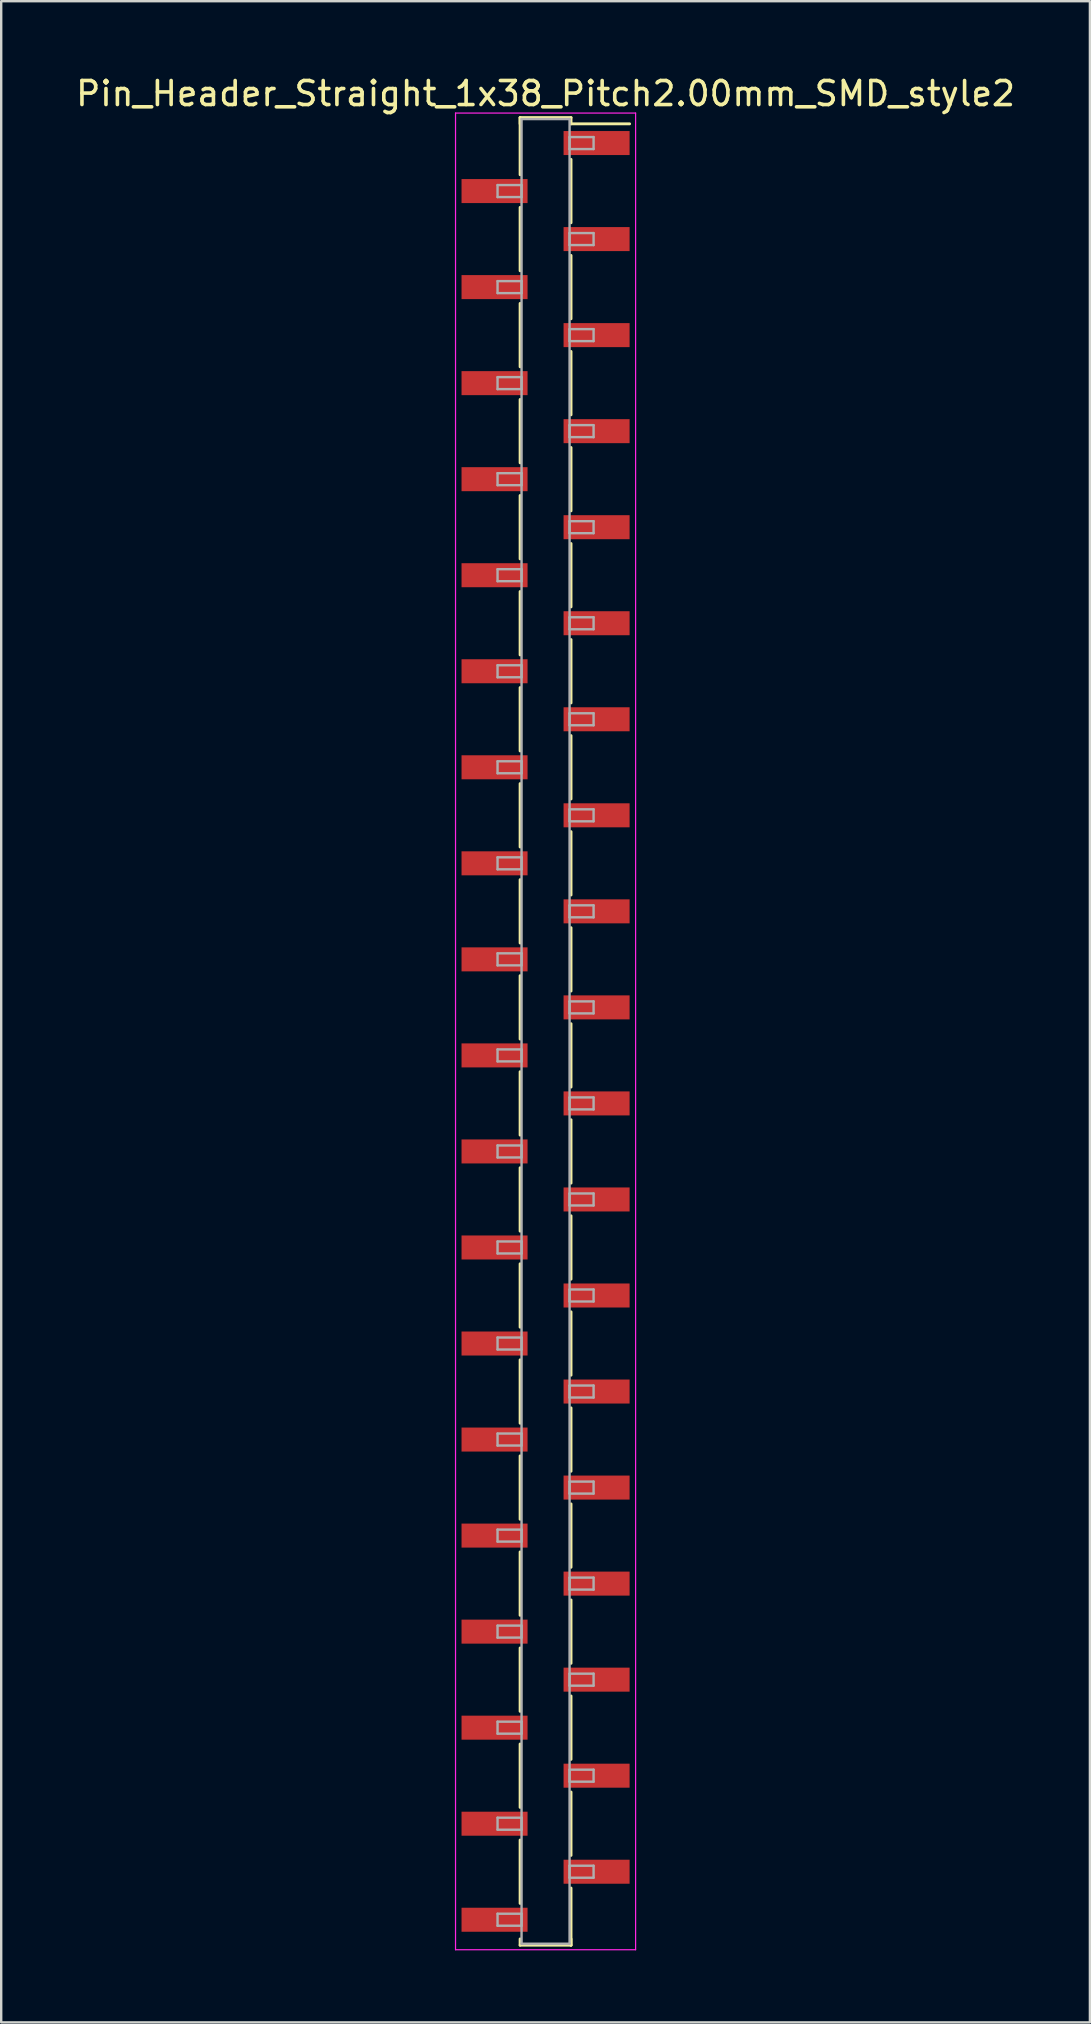
<source format=kicad_pcb>
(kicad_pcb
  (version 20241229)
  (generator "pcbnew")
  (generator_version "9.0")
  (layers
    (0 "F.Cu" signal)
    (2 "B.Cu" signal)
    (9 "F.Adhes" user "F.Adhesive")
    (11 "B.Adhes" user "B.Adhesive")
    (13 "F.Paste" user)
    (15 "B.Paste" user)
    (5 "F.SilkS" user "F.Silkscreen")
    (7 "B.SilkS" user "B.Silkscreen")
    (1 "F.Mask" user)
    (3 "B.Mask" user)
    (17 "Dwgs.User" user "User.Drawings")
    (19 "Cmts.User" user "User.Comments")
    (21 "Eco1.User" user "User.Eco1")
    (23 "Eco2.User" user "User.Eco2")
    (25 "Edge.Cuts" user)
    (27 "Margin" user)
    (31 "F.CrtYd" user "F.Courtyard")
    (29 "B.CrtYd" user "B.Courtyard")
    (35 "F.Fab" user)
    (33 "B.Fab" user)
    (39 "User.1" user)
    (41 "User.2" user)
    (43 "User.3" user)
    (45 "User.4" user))
  (footprint "Pin_Header_Straight_1x38_Pitch2.00mm_SMD_style2"
    (layer "F.Cu")
    (at 19.673 39.908)
    (property "Reference" "Pin_Header_Straight_1x38_Pitch2.00mm_SMD_style2" (at 0 -39.06 0) (layer "F.SilkS") (effects (font (size 1 1) (thickness 0.15))))
    (attr smd)
    (fp_line (start -1.06 -38.06) (end -1.06 -35.68) (stroke (width 0.12) (type solid)) (layer "F.SilkS"))
    (fp_line (start -1.06 -38.06) (end 1.06 -38.06) (stroke (width 0.12) (type solid)) (layer "F.SilkS"))
    (fp_line (start -1.06 -37.8) (end -1.06 -38.06) (stroke (width 0.12) (type solid)) (layer "F.SilkS"))
    (fp_line (start -1.06 -34.32) (end -1.06 -31.68) (stroke (width 0.12) (type solid)) (layer "F.SilkS"))
    (fp_line (start -1.06 -30.32) (end -1.06 -27.68) (stroke (width 0.12) (type solid)) (layer "F.SilkS"))
    (fp_line (start -1.06 -26.32) (end -1.06 -23.68) (stroke (width 0.12) (type solid)) (layer "F.SilkS"))
    (fp_line (start -1.06 -22.32) (end -1.06 -19.68) (stroke (width 0.12) (type solid)) (layer "F.SilkS"))
    (fp_line (start -1.06 -18.32) (end -1.06 -15.68) (stroke (width 0.12) (type solid)) (layer "F.SilkS"))
    (fp_line (start -1.06 -14.32) (end -1.06 -11.68) (stroke (width 0.12) (type solid)) (layer "F.SilkS"))
    (fp_line (start -1.06 -10.32) (end -1.06 -7.68) (stroke (width 0.12) (type solid)) (layer "F.SilkS"))
    (fp_line (start -1.06 -6.32) (end -1.06 -3.68) (stroke (width 0.12) (type solid)) (layer "F.SilkS"))
    (fp_line (start -1.06 -2.32) (end -1.06 0.32) (stroke (width 0.12) (type solid)) (layer "F.SilkS"))
    (fp_line (start -1.06 1.68) (end -1.06 4.32) (stroke (width 0.12) (type solid)) (layer "F.SilkS"))
    (fp_line (start -1.06 5.68) (end -1.06 8.32) (stroke (width 0.12) (type solid)) (layer "F.SilkS"))
    (fp_line (start -1.06 9.68) (end -1.06 12.32) (stroke (width 0.12) (type solid)) (layer "F.SilkS"))
    (fp_line (start -1.06 13.68) (end -1.06 16.32) (stroke (width 0.12) (type solid)) (layer "F.SilkS"))
    (fp_line (start -1.06 17.68) (end -1.06 20.32) (stroke (width 0.12) (type solid)) (layer "F.SilkS"))
    (fp_line (start -1.06 21.68) (end -1.06 24.32) (stroke (width 0.12) (type solid)) (layer "F.SilkS"))
    (fp_line (start -1.06 25.68) (end -1.06 28.32) (stroke (width 0.12) (type solid)) (layer "F.SilkS"))
    (fp_line (start -1.06 29.68) (end -1.06 32.32) (stroke (width 0.12) (type solid)) (layer "F.SilkS"))
    (fp_line (start -1.06 33.68) (end -1.06 36.32) (stroke (width 0.12) (type solid)) (layer "F.SilkS"))
    (fp_line (start -1.06 37.8) (end -1.06 38.06) (stroke (width 0.12) (type solid)) (layer "F.SilkS"))
    (fp_line (start -1.06 38.06) (end 1.06 38.06) (stroke (width 0.12) (type solid)) (layer "F.SilkS"))
    (fp_line (start 1.06 -38.06) (end 1.06 -37.8) (stroke (width 0.12) (type solid)) (layer "F.SilkS"))
    (fp_line (start 1.06 -37.8) (end 3.5 -37.8) (stroke (width 0.12) (type solid)) (layer "F.SilkS"))
    (fp_line (start 1.06 -36.32) (end 1.06 -33.68) (stroke (width 0.12) (type solid)) (layer "F.SilkS"))
    (fp_line (start 1.06 -32.32) (end 1.06 -29.68) (stroke (width 0.12) (type solid)) (layer "F.SilkS"))
    (fp_line (start 1.06 -28.32) (end 1.06 -25.68) (stroke (width 0.12) (type solid)) (layer "F.SilkS"))
    (fp_line (start 1.06 -24.32) (end 1.06 -21.68) (stroke (width 0.12) (type solid)) (layer "F.SilkS"))
    (fp_line (start 1.06 -20.32) (end 1.06 -17.68) (stroke (width 0.12) (type solid)) (layer "F.SilkS"))
    (fp_line (start 1.06 -16.32) (end 1.06 -13.68) (stroke (width 0.12) (type solid)) (layer "F.SilkS"))
    (fp_line (start 1.06 -12.32) (end 1.06 -9.68) (stroke (width 0.12) (type solid)) (layer "F.SilkS"))
    (fp_line (start 1.06 -8.32) (end 1.06 -5.68) (stroke (width 0.12) (type solid)) (layer "F.SilkS"))
    (fp_line (start 1.06 -4.32) (end 1.06 -1.68) (stroke (width 0.12) (type solid)) (layer "F.SilkS"))
    (fp_line (start 1.06 -0.32) (end 1.06 2.32) (stroke (width 0.12) (type solid)) (layer "F.SilkS"))
    (fp_line (start 1.06 3.68) (end 1.06 6.32) (stroke (width 0.12) (type solid)) (layer "F.SilkS"))
    (fp_line (start 1.06 7.68) (end 1.06 10.32) (stroke (width 0.12) (type solid)) (layer "F.SilkS"))
    (fp_line (start 1.06 11.68) (end 1.06 14.32) (stroke (width 0.12) (type solid)) (layer "F.SilkS"))
    (fp_line (start 1.06 15.68) (end 1.06 18.32) (stroke (width 0.12) (type solid)) (layer "F.SilkS"))
    (fp_line (start 1.06 19.68) (end 1.06 22.32) (stroke (width 0.12) (type solid)) (layer "F.SilkS"))
    (fp_line (start 1.06 23.68) (end 1.06 26.32) (stroke (width 0.12) (type solid)) (layer "F.SilkS"))
    (fp_line (start 1.06 27.68) (end 1.06 30.32) (stroke (width 0.12) (type solid)) (layer "F.SilkS"))
    (fp_line (start 1.06 31.68) (end 1.06 34.32) (stroke (width 0.12) (type solid)) (layer "F.SilkS"))
    (fp_line (start 1.06 35.68) (end 1.06 38.06) (stroke (width 0.12) (type solid)) (layer "F.SilkS"))
    (fp_line (start 1.06 38.06) (end 1.06 37.8) (stroke (width 0.12) (type solid)) (layer "F.SilkS"))
    (fp_line (start -3.75 -38.25) (end -3.75 38.25) (stroke (width 0.05) (type solid)) (layer "F.CrtYd"))
    (fp_line (start -3.75 38.25) (end 3.75 38.25) (stroke (width 0.05) (type solid)) (layer "F.CrtYd"))
    (fp_line (start 3.75 -38.25) (end -3.75 -38.25) (stroke (width 0.05) (type solid)) (layer "F.CrtYd"))
    (fp_line (start 3.75 38.25) (end 3.75 -38.25) (stroke (width 0.05) (type solid)) (layer "F.CrtYd"))
    (fp_line (start -2 -35.25) (end -1 -35.25) (stroke (width 0.1) (type solid)) (layer "F.Fab"))
    (fp_line (start -2 -34.75) (end -2 -35.25) (stroke (width 0.1) (type solid)) (layer "F.Fab"))
    (fp_line (start -2 -31.25) (end -1 -31.25) (stroke (width 0.1) (type solid)) (layer "F.Fab"))
    (fp_line (start -2 -30.75) (end -2 -31.25) (stroke (width 0.1) (type solid)) (layer "F.Fab"))
    (fp_line (start -2 -27.25) (end -1 -27.25) (stroke (width 0.1) (type solid)) (layer "F.Fab"))
    (fp_line (start -2 -26.75) (end -2 -27.25) (stroke (width 0.1) (type solid)) (layer "F.Fab"))
    (fp_line (start -2 -23.25) (end -1 -23.25) (stroke (width 0.1) (type solid)) (layer "F.Fab"))
    (fp_line (start -2 -22.75) (end -2 -23.25) (stroke (width 0.1) (type solid)) (layer "F.Fab"))
    (fp_line (start -2 -19.25) (end -1 -19.25) (stroke (width 0.1) (type solid)) (layer "F.Fab"))
    (fp_line (start -2 -18.75) (end -2 -19.25) (stroke (width 0.1) (type solid)) (layer "F.Fab"))
    (fp_line (start -2 -15.25) (end -1 -15.25) (stroke (width 0.1) (type solid)) (layer "F.Fab"))
    (fp_line (start -2 -14.75) (end -2 -15.25) (stroke (width 0.1) (type solid)) (layer "F.Fab"))
    (fp_line (start -2 -11.25) (end -1 -11.25) (stroke (width 0.1) (type solid)) (layer "F.Fab"))
    (fp_line (start -2 -10.75) (end -2 -11.25) (stroke (width 0.1) (type solid)) (layer "F.Fab"))
    (fp_line (start -2 -7.25) (end -1 -7.25) (stroke (width 0.1) (type solid)) (layer "F.Fab"))
    (fp_line (start -2 -6.75) (end -2 -7.25) (stroke (width 0.1) (type solid)) (layer "F.Fab"))
    (fp_line (start -2 -3.25) (end -1 -3.25) (stroke (width 0.1) (type solid)) (layer "F.Fab"))
    (fp_line (start -2 -2.75) (end -2 -3.25) (stroke (width 0.1) (type solid)) (layer "F.Fab"))
    (fp_line (start -2 0.75) (end -1 0.75) (stroke (width 0.1) (type solid)) (layer "F.Fab"))
    (fp_line (start -2 1.25) (end -2 0.75) (stroke (width 0.1) (type solid)) (layer "F.Fab"))
    (fp_line (start -2 4.75) (end -1 4.75) (stroke (width 0.1) (type solid)) (layer "F.Fab"))
    (fp_line (start -2 5.25) (end -2 4.75) (stroke (width 0.1) (type solid)) (layer "F.Fab"))
    (fp_line (start -2 8.75) (end -1 8.75) (stroke (width 0.1) (type solid)) (layer "F.Fab"))
    (fp_line (start -2 9.25) (end -2 8.75) (stroke (width 0.1) (type solid)) (layer "F.Fab"))
    (fp_line (start -2 12.75) (end -1 12.75) (stroke (width 0.1) (type solid)) (layer "F.Fab"))
    (fp_line (start -2 13.25) (end -2 12.75) (stroke (width 0.1) (type solid)) (layer "F.Fab"))
    (fp_line (start -2 16.75) (end -1 16.75) (stroke (width 0.1) (type solid)) (layer "F.Fab"))
    (fp_line (start -2 17.25) (end -2 16.75) (stroke (width 0.1) (type solid)) (layer "F.Fab"))
    (fp_line (start -2 20.75) (end -1 20.75) (stroke (width 0.1) (type solid)) (layer "F.Fab"))
    (fp_line (start -2 21.25) (end -2 20.75) (stroke (width 0.1) (type solid)) (layer "F.Fab"))
    (fp_line (start -2 24.75) (end -1 24.75) (stroke (width 0.1) (type solid)) (layer "F.Fab"))
    (fp_line (start -2 25.25) (end -2 24.75) (stroke (width 0.1) (type solid)) (layer "F.Fab"))
    (fp_line (start -2 28.75) (end -1 28.75) (stroke (width 0.1) (type solid)) (layer "F.Fab"))
    (fp_line (start -2 29.25) (end -2 28.75) (stroke (width 0.1) (type solid)) (layer "F.Fab"))
    (fp_line (start -2 32.75) (end -1 32.75) (stroke (width 0.1) (type solid)) (layer "F.Fab"))
    (fp_line (start -2 33.25) (end -2 32.75) (stroke (width 0.1) (type solid)) (layer "F.Fab"))
    (fp_line (start -2 36.75) (end -1 36.75) (stroke (width 0.1) (type solid)) (layer "F.Fab"))
    (fp_line (start -2 37.25) (end -2 36.75) (stroke (width 0.1) (type solid)) (layer "F.Fab"))
    (fp_line (start -1 -38) (end -1 38) (stroke (width 0.1) (type solid)) (layer "F.Fab"))
    (fp_line (start -1 -35.25) (end -1 -34.75) (stroke (width 0.1) (type solid)) (layer "F.Fab"))
    (fp_line (start -1 -34.75) (end -2 -34.75) (stroke (width 0.1) (type solid)) (layer "F.Fab"))
    (fp_line (start -1 -31.25) (end -1 -30.75) (stroke (width 0.1) (type solid)) (layer "F.Fab"))
    (fp_line (start -1 -30.75) (end -2 -30.75) (stroke (width 0.1) (type solid)) (layer "F.Fab"))
    (fp_line (start -1 -27.25) (end -1 -26.75) (stroke (width 0.1) (type solid)) (layer "F.Fab"))
    (fp_line (start -1 -26.75) (end -2 -26.75) (stroke (width 0.1) (type solid)) (layer "F.Fab"))
    (fp_line (start -1 -23.25) (end -1 -22.75) (stroke (width 0.1) (type solid)) (layer "F.Fab"))
    (fp_line (start -1 -22.75) (end -2 -22.75) (stroke (width 0.1) (type solid)) (layer "F.Fab"))
    (fp_line (start -1 -19.25) (end -1 -18.75) (stroke (width 0.1) (type solid)) (layer "F.Fab"))
    (fp_line (start -1 -18.75) (end -2 -18.75) (stroke (width 0.1) (type solid)) (layer "F.Fab"))
    (fp_line (start -1 -15.25) (end -1 -14.75) (stroke (width 0.1) (type solid)) (layer "F.Fab"))
    (fp_line (start -1 -14.75) (end -2 -14.75) (stroke (width 0.1) (type solid)) (layer "F.Fab"))
    (fp_line (start -1 -11.25) (end -1 -10.75) (stroke (width 0.1) (type solid)) (layer "F.Fab"))
    (fp_line (start -1 -10.75) (end -2 -10.75) (stroke (width 0.1) (type solid)) (layer "F.Fab"))
    (fp_line (start -1 -7.25) (end -1 -6.75) (stroke (width 0.1) (type solid)) (layer "F.Fab"))
    (fp_line (start -1 -6.75) (end -2 -6.75) (stroke (width 0.1) (type solid)) (layer "F.Fab"))
    (fp_line (start -1 -3.25) (end -1 -2.75) (stroke (width 0.1) (type solid)) (layer "F.Fab"))
    (fp_line (start -1 -2.75) (end -2 -2.75) (stroke (width 0.1) (type solid)) (layer "F.Fab"))
    (fp_line (start -1 0.75) (end -1 1.25) (stroke (width 0.1) (type solid)) (layer "F.Fab"))
    (fp_line (start -1 1.25) (end -2 1.25) (stroke (width 0.1) (type solid)) (layer "F.Fab"))
    (fp_line (start -1 4.75) (end -1 5.25) (stroke (width 0.1) (type solid)) (layer "F.Fab"))
    (fp_line (start -1 5.25) (end -2 5.25) (stroke (width 0.1) (type solid)) (layer "F.Fab"))
    (fp_line (start -1 8.75) (end -1 9.25) (stroke (width 0.1) (type solid)) (layer "F.Fab"))
    (fp_line (start -1 9.25) (end -2 9.25) (stroke (width 0.1) (type solid)) (layer "F.Fab"))
    (fp_line (start -1 12.75) (end -1 13.25) (stroke (width 0.1) (type solid)) (layer "F.Fab"))
    (fp_line (start -1 13.25) (end -2 13.25) (stroke (width 0.1) (type solid)) (layer "F.Fab"))
    (fp_line (start -1 16.75) (end -1 17.25) (stroke (width 0.1) (type solid)) (layer "F.Fab"))
    (fp_line (start -1 17.25) (end -2 17.25) (stroke (width 0.1) (type solid)) (layer "F.Fab"))
    (fp_line (start -1 20.75) (end -1 21.25) (stroke (width 0.1) (type solid)) (layer "F.Fab"))
    (fp_line (start -1 21.25) (end -2 21.25) (stroke (width 0.1) (type solid)) (layer "F.Fab"))
    (fp_line (start -1 24.75) (end -1 25.25) (stroke (width 0.1) (type solid)) (layer "F.Fab"))
    (fp_line (start -1 25.25) (end -2 25.25) (stroke (width 0.1) (type solid)) (layer "F.Fab"))
    (fp_line (start -1 28.75) (end -1 29.25) (stroke (width 0.1) (type solid)) (layer "F.Fab"))
    (fp_line (start -1 29.25) (end -2 29.25) (stroke (width 0.1) (type solid)) (layer "F.Fab"))
    (fp_line (start -1 32.75) (end -1 33.25) (stroke (width 0.1) (type solid)) (layer "F.Fab"))
    (fp_line (start -1 33.25) (end -2 33.25) (stroke (width 0.1) (type solid)) (layer "F.Fab"))
    (fp_line (start -1 36.75) (end -1 37.25) (stroke (width 0.1) (type solid)) (layer "F.Fab"))
    (fp_line (start -1 37.25) (end -2 37.25) (stroke (width 0.1) (type solid)) (layer "F.Fab"))
    (fp_line (start -1 38) (end 1 38) (stroke (width 0.1) (type solid)) (layer "F.Fab"))
    (fp_line (start 1 -38) (end -1 -38) (stroke (width 0.1) (type solid)) (layer "F.Fab"))
    (fp_line (start 1 -37.25) (end 1 -36.75) (stroke (width 0.1) (type solid)) (layer "F.Fab"))
    (fp_line (start 1 -36.75) (end 2 -36.75) (stroke (width 0.1) (type solid)) (layer "F.Fab"))
    (fp_line (start 1 -33.25) (end 1 -32.75) (stroke (width 0.1) (type solid)) (layer "F.Fab"))
    (fp_line (start 1 -32.75) (end 2 -32.75) (stroke (width 0.1) (type solid)) (layer "F.Fab"))
    (fp_line (start 1 -29.25) (end 1 -28.75) (stroke (width 0.1) (type solid)) (layer "F.Fab"))
    (fp_line (start 1 -28.75) (end 2 -28.75) (stroke (width 0.1) (type solid)) (layer "F.Fab"))
    (fp_line (start 1 -25.25) (end 1 -24.75) (stroke (width 0.1) (type solid)) (layer "F.Fab"))
    (fp_line (start 1 -24.75) (end 2 -24.75) (stroke (width 0.1) (type solid)) (layer "F.Fab"))
    (fp_line (start 1 -21.25) (end 1 -20.75) (stroke (width 0.1) (type solid)) (layer "F.Fab"))
    (fp_line (start 1 -20.75) (end 2 -20.75) (stroke (width 0.1) (type solid)) (layer "F.Fab"))
    (fp_line (start 1 -17.25) (end 1 -16.75) (stroke (width 0.1) (type solid)) (layer "F.Fab"))
    (fp_line (start 1 -16.75) (end 2 -16.75) (stroke (width 0.1) (type solid)) (layer "F.Fab"))
    (fp_line (start 1 -13.25) (end 1 -12.75) (stroke (width 0.1) (type solid)) (layer "F.Fab"))
    (fp_line (start 1 -12.75) (end 2 -12.75) (stroke (width 0.1) (type solid)) (layer "F.Fab"))
    (fp_line (start 1 -9.25) (end 1 -8.75) (stroke (width 0.1) (type solid)) (layer "F.Fab"))
    (fp_line (start 1 -8.75) (end 2 -8.75) (stroke (width 0.1) (type solid)) (layer "F.Fab"))
    (fp_line (start 1 -5.25) (end 1 -4.75) (stroke (width 0.1) (type solid)) (layer "F.Fab"))
    (fp_line (start 1 -4.75) (end 2 -4.75) (stroke (width 0.1) (type solid)) (layer "F.Fab"))
    (fp_line (start 1 -1.25) (end 1 -0.75) (stroke (width 0.1) (type solid)) (layer "F.Fab"))
    (fp_line (start 1 -0.75) (end 2 -0.75) (stroke (width 0.1) (type solid)) (layer "F.Fab"))
    (fp_line (start 1 2.75) (end 1 3.25) (stroke (width 0.1) (type solid)) (layer "F.Fab"))
    (fp_line (start 1 3.25) (end 2 3.25) (stroke (width 0.1) (type solid)) (layer "F.Fab"))
    (fp_line (start 1 6.75) (end 1 7.25) (stroke (width 0.1) (type solid)) (layer "F.Fab"))
    (fp_line (start 1 7.25) (end 2 7.25) (stroke (width 0.1) (type solid)) (layer "F.Fab"))
    (fp_line (start 1 10.75) (end 1 11.25) (stroke (width 0.1) (type solid)) (layer "F.Fab"))
    (fp_line (start 1 11.25) (end 2 11.25) (stroke (width 0.1) (type solid)) (layer "F.Fab"))
    (fp_line (start 1 14.75) (end 1 15.25) (stroke (width 0.1) (type solid)) (layer "F.Fab"))
    (fp_line (start 1 15.25) (end 2 15.25) (stroke (width 0.1) (type solid)) (layer "F.Fab"))
    (fp_line (start 1 18.75) (end 1 19.25) (stroke (width 0.1) (type solid)) (layer "F.Fab"))
    (fp_line (start 1 19.25) (end 2 19.25) (stroke (width 0.1) (type solid)) (layer "F.Fab"))
    (fp_line (start 1 22.75) (end 1 23.25) (stroke (width 0.1) (type solid)) (layer "F.Fab"))
    (fp_line (start 1 23.25) (end 2 23.25) (stroke (width 0.1) (type solid)) (layer "F.Fab"))
    (fp_line (start 1 26.75) (end 1 27.25) (stroke (width 0.1) (type solid)) (layer "F.Fab"))
    (fp_line (start 1 27.25) (end 2 27.25) (stroke (width 0.1) (type solid)) (layer "F.Fab"))
    (fp_line (start 1 30.75) (end 1 31.25) (stroke (width 0.1) (type solid)) (layer "F.Fab"))
    (fp_line (start 1 31.25) (end 2 31.25) (stroke (width 0.1) (type solid)) (layer "F.Fab"))
    (fp_line (start 1 34.75) (end 1 35.25) (stroke (width 0.1) (type solid)) (layer "F.Fab"))
    (fp_line (start 1 35.25) (end 2 35.25) (stroke (width 0.1) (type solid)) (layer "F.Fab"))
    (fp_line (start 1 38) (end 1 -38) (stroke (width 0.1) (type solid)) (layer "F.Fab"))
    (fp_line (start 2 -37.25) (end 1 -37.25) (stroke (width 0.1) (type solid)) (layer "F.Fab"))
    (fp_line (start 2 -36.75) (end 2 -37.25) (stroke (width 0.1) (type solid)) (layer "F.Fab"))
    (fp_line (start 2 -33.25) (end 1 -33.25) (stroke (width 0.1) (type solid)) (layer "F.Fab"))
    (fp_line (start 2 -32.75) (end 2 -33.25) (stroke (width 0.1) (type solid)) (layer "F.Fab"))
    (fp_line (start 2 -29.25) (end 1 -29.25) (stroke (width 0.1) (type solid)) (layer "F.Fab"))
    (fp_line (start 2 -28.75) (end 2 -29.25) (stroke (width 0.1) (type solid)) (layer "F.Fab"))
    (fp_line (start 2 -25.25) (end 1 -25.25) (stroke (width 0.1) (type solid)) (layer "F.Fab"))
    (fp_line (start 2 -24.75) (end 2 -25.25) (stroke (width 0.1) (type solid)) (layer "F.Fab"))
    (fp_line (start 2 -21.25) (end 1 -21.25) (stroke (width 0.1) (type solid)) (layer "F.Fab"))
    (fp_line (start 2 -20.75) (end 2 -21.25) (stroke (width 0.1) (type solid)) (layer "F.Fab"))
    (fp_line (start 2 -17.25) (end 1 -17.25) (stroke (width 0.1) (type solid)) (layer "F.Fab"))
    (fp_line (start 2 -16.75) (end 2 -17.25) (stroke (width 0.1) (type solid)) (layer "F.Fab"))
    (fp_line (start 2 -13.25) (end 1 -13.25) (stroke (width 0.1) (type solid)) (layer "F.Fab"))
    (fp_line (start 2 -12.75) (end 2 -13.25) (stroke (width 0.1) (type solid)) (layer "F.Fab"))
    (fp_line (start 2 -9.25) (end 1 -9.25) (stroke (width 0.1) (type solid)) (layer "F.Fab"))
    (fp_line (start 2 -8.75) (end 2 -9.25) (stroke (width 0.1) (type solid)) (layer "F.Fab"))
    (fp_line (start 2 -5.25) (end 1 -5.25) (stroke (width 0.1) (type solid)) (layer "F.Fab"))
    (fp_line (start 2 -4.75) (end 2 -5.25) (stroke (width 0.1) (type solid)) (layer "F.Fab"))
    (fp_line (start 2 -1.25) (end 1 -1.25) (stroke (width 0.1) (type solid)) (layer "F.Fab"))
    (fp_line (start 2 -0.75) (end 2 -1.25) (stroke (width 0.1) (type solid)) (layer "F.Fab"))
    (fp_line (start 2 2.75) (end 1 2.75) (stroke (width 0.1) (type solid)) (layer "F.Fab"))
    (fp_line (start 2 3.25) (end 2 2.75) (stroke (width 0.1) (type solid)) (layer "F.Fab"))
    (fp_line (start 2 6.75) (end 1 6.75) (stroke (width 0.1) (type solid)) (layer "F.Fab"))
    (fp_line (start 2 7.25) (end 2 6.75) (stroke (width 0.1) (type solid)) (layer "F.Fab"))
    (fp_line (start 2 10.75) (end 1 10.75) (stroke (width 0.1) (type solid)) (layer "F.Fab"))
    (fp_line (start 2 11.25) (end 2 10.75) (stroke (width 0.1) (type solid)) (layer "F.Fab"))
    (fp_line (start 2 14.75) (end 1 14.75) (stroke (width 0.1) (type solid)) (layer "F.Fab"))
    (fp_line (start 2 15.25) (end 2 14.75) (stroke (width 0.1) (type solid)) (layer "F.Fab"))
    (fp_line (start 2 18.75) (end 1 18.75) (stroke (width 0.1) (type solid)) (layer "F.Fab"))
    (fp_line (start 2 19.25) (end 2 18.75) (stroke (width 0.1) (type solid)) (layer "F.Fab"))
    (fp_line (start 2 22.75) (end 1 22.75) (stroke (width 0.1) (type solid)) (layer "F.Fab"))
    (fp_line (start 2 23.25) (end 2 22.75) (stroke (width 0.1) (type solid)) (layer "F.Fab"))
    (fp_line (start 2 26.75) (end 1 26.75) (stroke (width 0.1) (type solid)) (layer "F.Fab"))
    (fp_line (start 2 27.25) (end 2 26.75) (stroke (width 0.1) (type solid)) (layer "F.Fab"))
    (fp_line (start 2 30.75) (end 1 30.75) (stroke (width 0.1) (type solid)) (layer "F.Fab"))
    (fp_line (start 2 31.25) (end 2 30.75) (stroke (width 0.1) (type solid)) (layer "F.Fab"))
    (fp_line (start 2 34.75) (end 1 34.75) (stroke (width 0.1) (type solid)) (layer "F.Fab"))
    (fp_line (start 2 35.25) (end 2 34.75) (stroke (width 0.1) (type solid)) (layer "F.Fab"))
    (pad "1" smd rect (at 2.125 -37) (size 2.75 1) (layers "F.Cu" "F.Mask"))
    (pad "2" smd rect (at -2.125 -35) (size 2.75 1) (layers "F.Cu" "F.Mask"))
    (pad "3" smd rect (at 2.125 -33) (size 2.75 1) (layers "F.Cu" "F.Mask"))
    (pad "4" smd rect (at -2.125 -31) (size 2.75 1) (layers "F.Cu" "F.Mask"))
    (pad "5" smd rect (at 2.125 -29) (size 2.75 1) (layers "F.Cu" "F.Mask"))
    (pad "6" smd rect (at -2.125 -27) (size 2.75 1) (layers "F.Cu" "F.Mask"))
    (pad "7" smd rect (at 2.125 -25) (size 2.75 1) (layers "F.Cu" "F.Mask"))
    (pad "8" smd rect (at -2.125 -23) (size 2.75 1) (layers "F.Cu" "F.Mask"))
    (pad "9" smd rect (at 2.125 -21) (size 2.75 1) (layers "F.Cu" "F.Mask"))
    (pad "10" smd rect (at -2.125 -19) (size 2.75 1) (layers "F.Cu" "F.Mask"))
    (pad "11" smd rect (at 2.125 -17) (size 2.75 1) (layers "F.Cu" "F.Mask"))
    (pad "12" smd rect (at -2.125 -15) (size 2.75 1) (layers "F.Cu" "F.Mask"))
    (pad "13" smd rect (at 2.125 -13) (size 2.75 1) (layers "F.Cu" "F.Mask"))
    (pad "14" smd rect (at -2.125 -11) (size 2.75 1) (layers "F.Cu" "F.Mask"))
    (pad "15" smd rect (at 2.125 -9) (size 2.75 1) (layers "F.Cu" "F.Mask"))
    (pad "16" smd rect (at -2.125 -7) (size 2.75 1) (layers "F.Cu" "F.Mask"))
    (pad "17" smd rect (at 2.125 -5) (size 2.75 1) (layers "F.Cu" "F.Mask"))
    (pad "18" smd rect (at -2.125 -3) (size 2.75 1) (layers "F.Cu" "F.Mask"))
    (pad "19" smd rect (at 2.125 -1) (size 2.75 1) (layers "F.Cu" "F.Mask"))
    (pad "20" smd rect (at -2.125 1) (size 2.75 1) (layers "F.Cu" "F.Mask"))
    (pad "21" smd rect (at 2.125 3) (size 2.75 1) (layers "F.Cu" "F.Mask"))
    (pad "22" smd rect (at -2.125 5) (size 2.75 1) (layers "F.Cu" "F.Mask"))
    (pad "23" smd rect (at 2.125 7) (size 2.75 1) (layers "F.Cu" "F.Mask"))
    (pad "24" smd rect (at -2.125 9) (size 2.75 1) (layers "F.Cu" "F.Mask"))
    (pad "25" smd rect (at 2.125 11) (size 2.75 1) (layers "F.Cu" "F.Mask"))
    (pad "26" smd rect (at -2.125 13) (size 2.75 1) (layers "F.Cu" "F.Mask"))
    (pad "27" smd rect (at 2.125 15) (size 2.75 1) (layers "F.Cu" "F.Mask"))
    (pad "28" smd rect (at -2.125 17) (size 2.75 1) (layers "F.Cu" "F.Mask"))
    (pad "29" smd rect (at 2.125 19) (size 2.75 1) (layers "F.Cu" "F.Mask"))
    (pad "30" smd rect (at -2.125 21) (size 2.75 1) (layers "F.Cu" "F.Mask"))
    (pad "31" smd rect (at 2.125 23) (size 2.75 1) (layers "F.Cu" "F.Mask"))
    (pad "32" smd rect (at -2.125 25) (size 2.75 1) (layers "F.Cu" "F.Mask"))
    (pad "33" smd rect (at 2.125 27) (size 2.75 1) (layers "F.Cu" "F.Mask"))
    (pad "34" smd rect (at -2.125 29) (size 2.75 1) (layers "F.Cu" "F.Mask"))
    (pad "35" smd rect (at 2.125 31) (size 2.75 1) (layers "F.Cu" "F.Mask"))
    (pad "36" smd rect (at -2.125 33) (size 2.75 1) (layers "F.Cu" "F.Mask"))
    (pad "37" smd rect (at 2.125 35) (size 2.75 1) (layers "F.Cu" "F.Mask"))
    (pad "38" smd rect (at -2.125 37) (size 2.75 1) (layers "F.Cu" "F.Mask")))
  (gr_rect
    (start -3 -3)
    (end 42.345 81.183)
    (stroke (width 0.1) (type default))
    (fill no)
    (layer "Edge.Cuts")))
</source>
